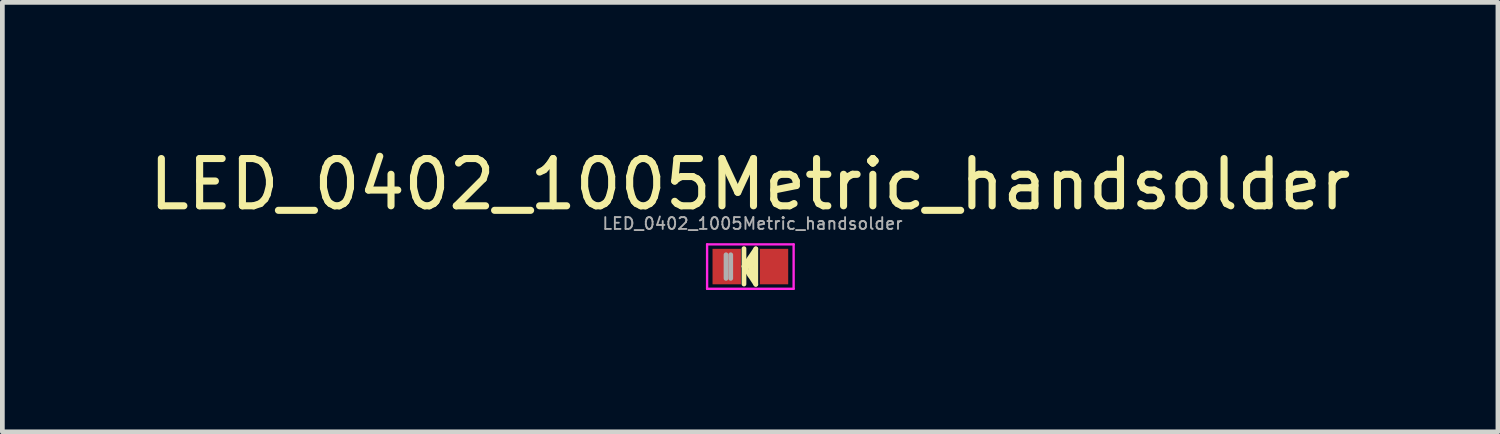
<source format=kicad_pcb>
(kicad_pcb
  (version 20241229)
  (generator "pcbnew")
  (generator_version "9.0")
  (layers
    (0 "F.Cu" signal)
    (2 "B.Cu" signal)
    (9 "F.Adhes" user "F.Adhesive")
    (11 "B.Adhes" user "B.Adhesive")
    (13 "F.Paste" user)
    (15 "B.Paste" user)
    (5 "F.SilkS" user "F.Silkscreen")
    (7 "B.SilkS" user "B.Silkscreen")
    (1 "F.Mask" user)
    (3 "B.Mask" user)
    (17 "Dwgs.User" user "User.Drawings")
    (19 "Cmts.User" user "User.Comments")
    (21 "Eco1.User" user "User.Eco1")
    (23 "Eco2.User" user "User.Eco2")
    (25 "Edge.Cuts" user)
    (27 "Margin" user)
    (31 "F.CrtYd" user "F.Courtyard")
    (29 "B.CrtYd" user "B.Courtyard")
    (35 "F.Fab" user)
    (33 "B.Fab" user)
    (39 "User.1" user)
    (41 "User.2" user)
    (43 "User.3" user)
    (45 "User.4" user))
  (footprint "LED_0402_1005Metric_handsolder"
    (layer "F.Cu")
    (at 12.805 2.588)
    (property "Reference" "LED_0402_1005Metric_handsolder" (at 0.01 -1.74 0) (layer "F.SilkS") (effects (font (size 1 1) (thickness 0.15))))
    (attr smd)
    (fp_line (start -0.12 -0.38) (end -0.12 0.37) (stroke (width 0.1) (type default)) (layer "F.SilkS"))
    (fp_line (start -0.12 -0.005) (end 0.13 0.375) (stroke (width 0.1) (type default)) (layer "F.SilkS"))
    (fp_line (start -0.06 0.02) (end 0.07 -0.19) (stroke (width 0.1) (type default)) (layer "F.SilkS"))
    (fp_line (start 0.05 0.11) (end 0.07 0.21) (stroke (width 0.1) (type default)) (layer "F.SilkS"))
    (fp_line (start 0.07 -0.19) (end 0.005 0.185) (stroke (width 0.1) (type default)) (layer "F.SilkS"))
    (fp_line (start 0.07 0.21) (end 0.037 -0.003) (stroke (width 0.1) (type default)) (layer "F.SilkS"))
    (fp_line (start 0.13 -0.375) (end -0.12 -0.005) (stroke (width 0.1) (type default)) (layer "F.SilkS"))
    (fp_line (start 0.13 0.375) (end 0.13 -0.375) (stroke (width 0.1) (type default)) (layer "F.SilkS"))
    (fp_line (start -0.9 -0.47) (end 0.93 -0.47) (stroke (width 0.05) (type solid)) (layer "F.CrtYd"))
    (fp_line (start -0.9 0.47) (end -0.9 -0.47) (stroke (width 0.05) (type solid)) (layer "F.CrtYd"))
    (fp_line (start 0.93 -0.47) (end 0.93 0.47) (stroke (width 0.05) (type solid)) (layer "F.CrtYd"))
    (fp_line (start 0.93 0.47) (end -0.9 0.47) (stroke (width 0.05) (type solid)) (layer "F.CrtYd"))
    (fp_line (start -0.5 0.25) (end -0.5 -0.25) (stroke (width 0.1) (type solid)) (layer "F.Fab"))
    (fp_line (start -0.4 0.25) (end -0.4 -0.25) (stroke (width 0.1) (type solid)) (layer "F.Fab"))
    (fp_text user "${REFERENCE}" (at 0.06 -0.91 0) (layer "F.Fab") (effects (font (size 0.25 0.25) (thickness 0.04))))
    (pad "1" smd rect (at -0.485 0) (size 0.6 0.75) (layers "F.Cu" "F.Mask" "F.Paste"))
    (pad "2" smd rect (at 0.515 0) (size 0.6 0.75) (layers "F.Cu" "F.Mask" "F.Paste")))
  (gr_rect
    (start -3 -3)
    (end 28.631 6.083)
    (stroke (width 0.1) (type default))
    (fill no)
    (layer "Edge.Cuts")))
</source>
